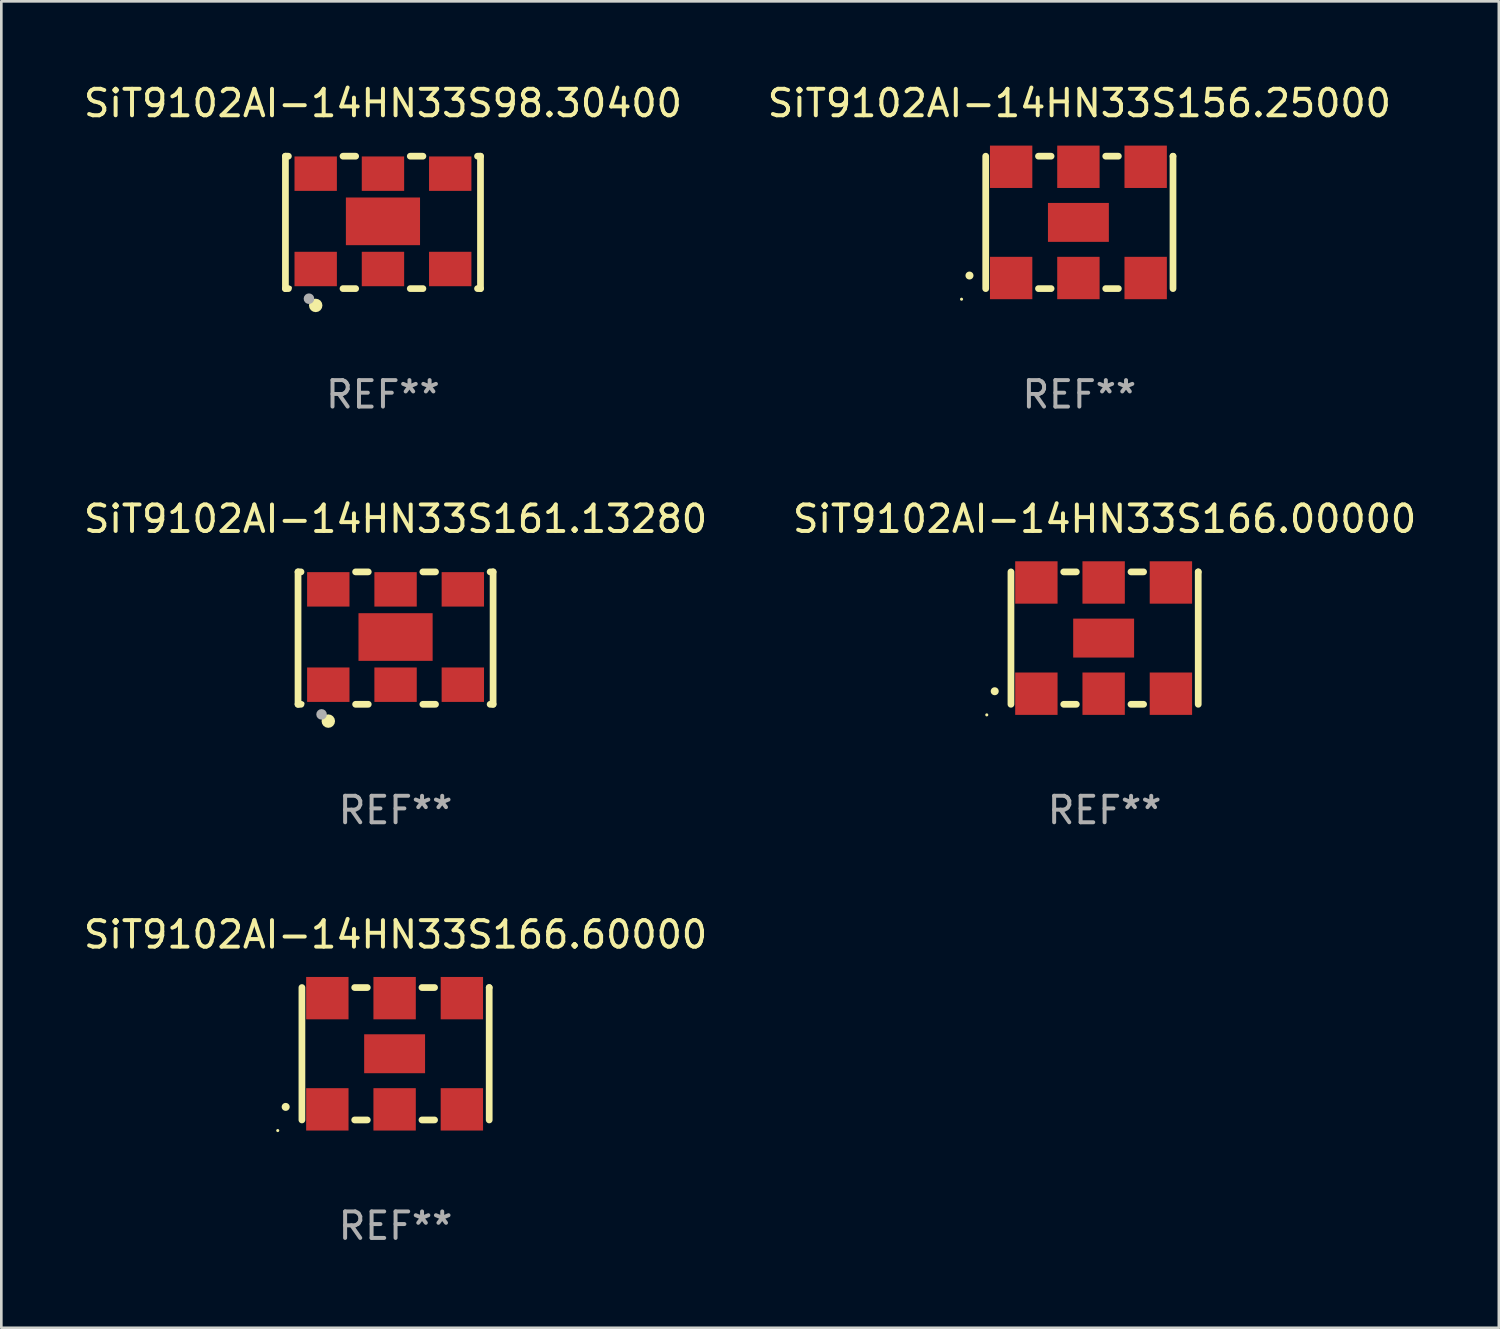
<source format=kicad_pcb>
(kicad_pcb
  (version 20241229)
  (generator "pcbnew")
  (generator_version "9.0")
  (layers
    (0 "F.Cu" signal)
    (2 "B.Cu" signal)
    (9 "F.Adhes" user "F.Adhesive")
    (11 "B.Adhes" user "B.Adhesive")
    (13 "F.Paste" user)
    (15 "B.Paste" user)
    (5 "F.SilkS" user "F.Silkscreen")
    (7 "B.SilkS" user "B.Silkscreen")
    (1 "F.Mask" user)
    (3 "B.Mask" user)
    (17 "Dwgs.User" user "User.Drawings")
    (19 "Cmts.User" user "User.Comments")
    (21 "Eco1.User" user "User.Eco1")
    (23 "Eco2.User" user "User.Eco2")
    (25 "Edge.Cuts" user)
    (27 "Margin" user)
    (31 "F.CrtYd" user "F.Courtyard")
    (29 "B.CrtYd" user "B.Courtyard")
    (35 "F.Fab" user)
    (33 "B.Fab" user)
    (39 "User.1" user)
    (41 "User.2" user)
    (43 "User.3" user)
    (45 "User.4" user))
  (footprint "SiT9102AI-14HN33S156.25000"
    (layer "F.Cu")
    (at 37.708 5.348)
    (property "Reference" "SiT9102AI-14HN33S156.25000" (at 0 -4.5 0) (layer "F.SilkS") (effects (font (size 1 1) (thickness 0.15))))
    (attr through_hole)
    (fp_line (start -3.536 -2.5) (end -3.536 2.5) (stroke (width 0.254) (type solid)) (layer "F.SilkS"))
    (fp_line (start -1.544 2.5) (end -1.067 2.5) (stroke (width 0.254) (type solid)) (layer "F.SilkS"))
    (fp_line (start -1.067 -2.5) (end -1.544 -2.5) (stroke (width 0.254) (type solid)) (layer "F.SilkS"))
    (fp_line (start 0.996 2.5) (end 1.473 2.5) (stroke (width 0.254) (type solid)) (layer "F.SilkS"))
    (fp_line (start 1.473 -2.5) (end 0.996 -2.5) (stroke (width 0.254) (type solid)) (layer "F.SilkS"))
    (fp_line (start 3.536 -2.5) (end 3.536 -2.5) (stroke (width 0.254) (type solid)) (layer "F.SilkS"))
    (fp_line (start 3.536 2.5) (end 3.536 -2.5) (stroke (width 0.254) (type solid)) (layer "F.SilkS"))
    (fp_arc (start -4.150432 2.006604) (mid -4.149162 2.006599) (end -4.147892 2.006604) (stroke (width 0.3) (type solid)) (layer "F.SilkS"))
    (fp_circle (center -4.449 2.9) (end -4.419 2.9) (stroke (width 0.06) (type solid)) (fill no) (layer "F.SilkS"))
    (fp_text user "REF**" (at 0 6.5 0) (layer "F.Fab") (effects (font (size 1 1) (thickness 0.15))))
    (pad "1" smd rect (at -2.576 2.1) (size 1.6 1.6) (layers "F.Cu" "F.Mask" "F.Paste"))
    (pad "2" smd rect (at -0.036 2.1) (size 1.6 1.6) (layers "F.Cu" "F.Mask" "F.Paste"))
    (pad "3" smd rect (at 2.504 2.1) (size 1.6 1.6) (layers "F.Cu" "F.Mask" "F.Paste"))
    (pad "4" smd rect (at 2.504 -2.1) (size 1.6 1.6) (layers "F.Cu" "F.Mask" "F.Paste"))
    (pad "5" smd rect (at -0.036 -2.1) (size 1.6 1.6) (layers "F.Cu" "F.Mask" "F.Paste"))
    (pad "6" smd rect (at -2.576 -2.1) (size 1.6 1.6) (layers "F.Cu" "F.Mask" "F.Paste"))
    (pad "7" smd rect (at -0.036 0) (size 2.3 1.47) (layers "F.Cu" "F.Mask" "F.Paste")))
  (footprint "SiT9102AI-14HN33S166.00000"
    (layer "F.Cu")
    (at 38.661 21.045)
    (property "Reference" "SiT9102AI-14HN33S166.00000" (at 0 -4.5 0) (layer "F.SilkS") (effects (font (size 1 1) (thickness 0.15))))
    (attr through_hole)
    (fp_line (start -3.536 -2.5) (end -3.536 2.5) (stroke (width 0.254) (type solid)) (layer "F.SilkS"))
    (fp_line (start -1.544 2.5) (end -1.067 2.5) (stroke (width 0.254) (type solid)) (layer "F.SilkS"))
    (fp_line (start -1.067 -2.5) (end -1.544 -2.5) (stroke (width 0.254) (type solid)) (layer "F.SilkS"))
    (fp_line (start 0.996 2.5) (end 1.473 2.5) (stroke (width 0.254) (type solid)) (layer "F.SilkS"))
    (fp_line (start 1.473 -2.5) (end 0.996 -2.5) (stroke (width 0.254) (type solid)) (layer "F.SilkS"))
    (fp_line (start 3.536 -2.5) (end 3.536 -2.5) (stroke (width 0.254) (type solid)) (layer "F.SilkS"))
    (fp_line (start 3.536 2.5) (end 3.536 -2.5) (stroke (width 0.254) (type solid)) (layer "F.SilkS"))
    (fp_arc (start -4.150432 2.006604) (mid -4.149162 2.006599) (end -4.147892 2.006604) (stroke (width 0.3) (type solid)) (layer "F.SilkS"))
    (fp_circle (center -4.449 2.9) (end -4.419 2.9) (stroke (width 0.06) (type solid)) (fill no) (layer "F.SilkS"))
    (fp_text user "REF**" (at 0 6.5 0) (layer "F.Fab") (effects (font (size 1 1) (thickness 0.15))))
    (pad "1" smd rect (at -2.576 2.1) (size 1.6 1.6) (layers "F.Cu" "F.Mask" "F.Paste"))
    (pad "2" smd rect (at -0.036 2.1) (size 1.6 1.6) (layers "F.Cu" "F.Mask" "F.Paste"))
    (pad "3" smd rect (at 2.504 2.1) (size 1.6 1.6) (layers "F.Cu" "F.Mask" "F.Paste"))
    (pad "4" smd rect (at 2.504 -2.1) (size 1.6 1.6) (layers "F.Cu" "F.Mask" "F.Paste"))
    (pad "5" smd rect (at -0.036 -2.1) (size 1.6 1.6) (layers "F.Cu" "F.Mask" "F.Paste"))
    (pad "6" smd rect (at -2.576 -2.1) (size 1.6 1.6) (layers "F.Cu" "F.Mask" "F.Paste"))
    (pad "7" smd rect (at -0.036 0) (size 2.3 1.47) (layers "F.Cu" "F.Mask" "F.Paste")))
  (footprint "SiT9102AI-14HN33S161.13280"
    (layer "F.Cu")
    (at 11.887 21.045)
    (property "Reference" "SiT9102AI-14HN33S161.13280" (at 0 -4.5 0) (layer "F.SilkS") (effects (font (size 1 1) (thickness 0.15))))
    (attr through_hole)
    (fp_line (start -3.683 -2.5) (end -3.571 -2.5) (stroke (width 0.254) (type solid)) (layer "F.SilkS"))
    (fp_line (start -3.683 2.5) (end -3.683 -2.5) (stroke (width 0.254) (type solid)) (layer "F.SilkS"))
    (fp_line (start -3.683 2.5) (end -3.571 2.5) (stroke (width 0.254) (type solid)) (layer "F.SilkS"))
    (fp_line (start -1.509 -2.5) (end -1.031 -2.5) (stroke (width 0.254) (type solid)) (layer "F.SilkS"))
    (fp_line (start -1.509 2.5) (end -1.031 2.5) (stroke (width 0.254) (type solid)) (layer "F.SilkS"))
    (fp_line (start 1.031 -2.5) (end 1.509 -2.5) (stroke (width 0.254) (type solid)) (layer "F.SilkS"))
    (fp_line (start 1.031 2.5) (end 1.509 2.5) (stroke (width 0.254) (type solid)) (layer "F.SilkS"))
    (fp_line (start 3.571 -2.5) (end 3.683 -2.5) (stroke (width 0.254) (type solid)) (layer "F.SilkS"))
    (fp_line (start 3.571 2.5) (end 3.683 2.5) (stroke (width 0.254) (type solid)) (layer "F.SilkS"))
    (fp_line (start 3.683 2.5) (end 3.683 -2.5) (stroke (width 0.254) (type solid)) (layer "F.SilkS"))
    (fp_circle (center -3.5 2.46) (end -3.47 2.46) (stroke (width 0.06) (type solid)) (fill no) (layer "F.SilkS"))
    (fp_circle (center -2.54 3.135) (end -2.413 3.135) (stroke (width 0.254) (type solid)) (fill no) (layer "F.SilkS"))
    (fp_circle (center -2.794 2.881) (end -2.694 2.881) (stroke (width 0.2) (type solid)) (fill no) (layer "F.Fab"))
    (fp_text user "REF**" (at 0 6.5 0) (layer "F.Fab") (effects (font (size 1 1) (thickness 0.15))))
    (pad "1" smd rect (at -2.54 1.76) (size 1.6 1.3) (layers "F.Cu" "F.Mask" "F.Paste"))
    (pad "2" smd rect (at 0 1.76) (size 1.6 1.3) (layers "F.Cu" "F.Mask" "F.Paste"))
    (pad "3" smd rect (at 2.54 1.76) (size 1.6 1.3) (layers "F.Cu" "F.Mask" "F.Paste"))
    (pad "4" smd rect (at 2.54 -1.84) (size 1.6 1.3) (layers "F.Cu" "F.Mask" "F.Paste"))
    (pad "5" smd rect (at 0 -1.84) (size 1.6 1.3) (layers "F.Cu" "F.Mask" "F.Paste"))
    (pad "6" smd rect (at -2.54 -1.84) (size 1.6 1.3) (layers "F.Cu" "F.Mask" "F.Paste"))
    (pad "7" smd rect (at 0 -0.04) (size 2.8 1.8) (layers "F.Cu" "F.Mask" "F.Paste")))
  (footprint "SiT9102AI-14HN33S98.30400"
    (layer "F.Cu")
    (at 11.411 5.348)
    (property "Reference" "SiT9102AI-14HN33S98.30400" (at 0 -4.5 0) (layer "F.SilkS") (effects (font (size 1 1) (thickness 0.15))))
    (attr through_hole)
    (fp_line (start -3.683 -2.5) (end -3.571 -2.5) (stroke (width 0.254) (type solid)) (layer "F.SilkS"))
    (fp_line (start -3.683 2.5) (end -3.683 -2.5) (stroke (width 0.254) (type solid)) (layer "F.SilkS"))
    (fp_line (start -3.683 2.5) (end -3.571 2.5) (stroke (width 0.254) (type solid)) (layer "F.SilkS"))
    (fp_line (start -1.509 -2.5) (end -1.031 -2.5) (stroke (width 0.254) (type solid)) (layer "F.SilkS"))
    (fp_line (start -1.509 2.5) (end -1.031 2.5) (stroke (width 0.254) (type solid)) (layer "F.SilkS"))
    (fp_line (start 1.031 -2.5) (end 1.509 -2.5) (stroke (width 0.254) (type solid)) (layer "F.SilkS"))
    (fp_line (start 1.031 2.5) (end 1.509 2.5) (stroke (width 0.254) (type solid)) (layer "F.SilkS"))
    (fp_line (start 3.571 -2.5) (end 3.683 -2.5) (stroke (width 0.254) (type solid)) (layer "F.SilkS"))
    (fp_line (start 3.571 2.5) (end 3.683 2.5) (stroke (width 0.254) (type solid)) (layer "F.SilkS"))
    (fp_line (start 3.683 2.5) (end 3.683 -2.5) (stroke (width 0.254) (type solid)) (layer "F.SilkS"))
    (fp_circle (center -3.5 2.46) (end -3.47 2.46) (stroke (width 0.06) (type solid)) (fill no) (layer "F.SilkS"))
    (fp_circle (center -2.54 3.135) (end -2.413 3.135) (stroke (width 0.254) (type solid)) (fill no) (layer "F.SilkS"))
    (fp_circle (center -2.794 2.881) (end -2.694 2.881) (stroke (width 0.2) (type solid)) (fill no) (layer "F.Fab"))
    (fp_text user "REF**" (at 0 6.5 0) (layer "F.Fab") (effects (font (size 1 1) (thickness 0.15))))
    (pad "1" smd rect (at -2.54 1.76) (size 1.6 1.3) (layers "F.Cu" "F.Mask" "F.Paste"))
    (pad "2" smd rect (at 0 1.76) (size 1.6 1.3) (layers "F.Cu" "F.Mask" "F.Paste"))
    (pad "3" smd rect (at 2.54 1.76) (size 1.6 1.3) (layers "F.Cu" "F.Mask" "F.Paste"))
    (pad "4" smd rect (at 2.54 -1.84) (size 1.6 1.3) (layers "F.Cu" "F.Mask" "F.Paste"))
    (pad "5" smd rect (at 0 -1.84) (size 1.6 1.3) (layers "F.Cu" "F.Mask" "F.Paste"))
    (pad "6" smd rect (at -2.54 -1.84) (size 1.6 1.3) (layers "F.Cu" "F.Mask" "F.Paste"))
    (pad "7" smd rect (at 0 -0.04) (size 2.8 1.8) (layers "F.Cu" "F.Mask" "F.Paste")))
  (footprint "SiT9102AI-14HN33S166.60000"
    (layer "F.Cu")
    (at 11.887 36.741)
    (property "Reference" "SiT9102AI-14HN33S166.60000" (at 0 -4.5 0) (layer "F.SilkS") (effects (font (size 1 1) (thickness 0.15))))
    (attr through_hole)
    (fp_line (start -3.536 -2.5) (end -3.536 2.5) (stroke (width 0.254) (type solid)) (layer "F.SilkS"))
    (fp_line (start -1.544 2.5) (end -1.067 2.5) (stroke (width 0.254) (type solid)) (layer "F.SilkS"))
    (fp_line (start -1.067 -2.5) (end -1.544 -2.5) (stroke (width 0.254) (type solid)) (layer "F.SilkS"))
    (fp_line (start 0.996 2.5) (end 1.473 2.5) (stroke (width 0.254) (type solid)) (layer "F.SilkS"))
    (fp_line (start 1.473 -2.5) (end 0.996 -2.5) (stroke (width 0.254) (type solid)) (layer "F.SilkS"))
    (fp_line (start 3.536 -2.5) (end 3.536 -2.5) (stroke (width 0.254) (type solid)) (layer "F.SilkS"))
    (fp_line (start 3.536 2.5) (end 3.536 -2.5) (stroke (width 0.254) (type solid)) (layer "F.SilkS"))
    (fp_arc (start -4.150432 2.006604) (mid -4.149162 2.006599) (end -4.147892 2.006604) (stroke (width 0.3) (type solid)) (layer "F.SilkS"))
    (fp_circle (center -4.449 2.9) (end -4.419 2.9) (stroke (width 0.06) (type solid)) (fill no) (layer "F.SilkS"))
    (fp_text user "REF**" (at 0 6.5 0) (layer "F.Fab") (effects (font (size 1 1) (thickness 0.15))))
    (pad "1" smd rect (at -2.576 2.1) (size 1.6 1.6) (layers "F.Cu" "F.Mask" "F.Paste"))
    (pad "2" smd rect (at -0.036 2.1) (size 1.6 1.6) (layers "F.Cu" "F.Mask" "F.Paste"))
    (pad "3" smd rect (at 2.504 2.1) (size 1.6 1.6) (layers "F.Cu" "F.Mask" "F.Paste"))
    (pad "4" smd rect (at 2.504 -2.1) (size 1.6 1.6) (layers "F.Cu" "F.Mask" "F.Paste"))
    (pad "5" smd rect (at -0.036 -2.1) (size 1.6 1.6) (layers "F.Cu" "F.Mask" "F.Paste"))
    (pad "6" smd rect (at -2.576 -2.1) (size 1.6 1.6) (layers "F.Cu" "F.Mask" "F.Paste"))
    (pad "7" smd rect (at -0.036 0) (size 2.3 1.47) (layers "F.Cu" "F.Mask" "F.Paste")))
  (gr_rect
    (start -3 -3)
    (end 53.548 47.09)
    (stroke (width 0.1) (type default))
    (fill no)
    (layer "Edge.Cuts")))
</source>
